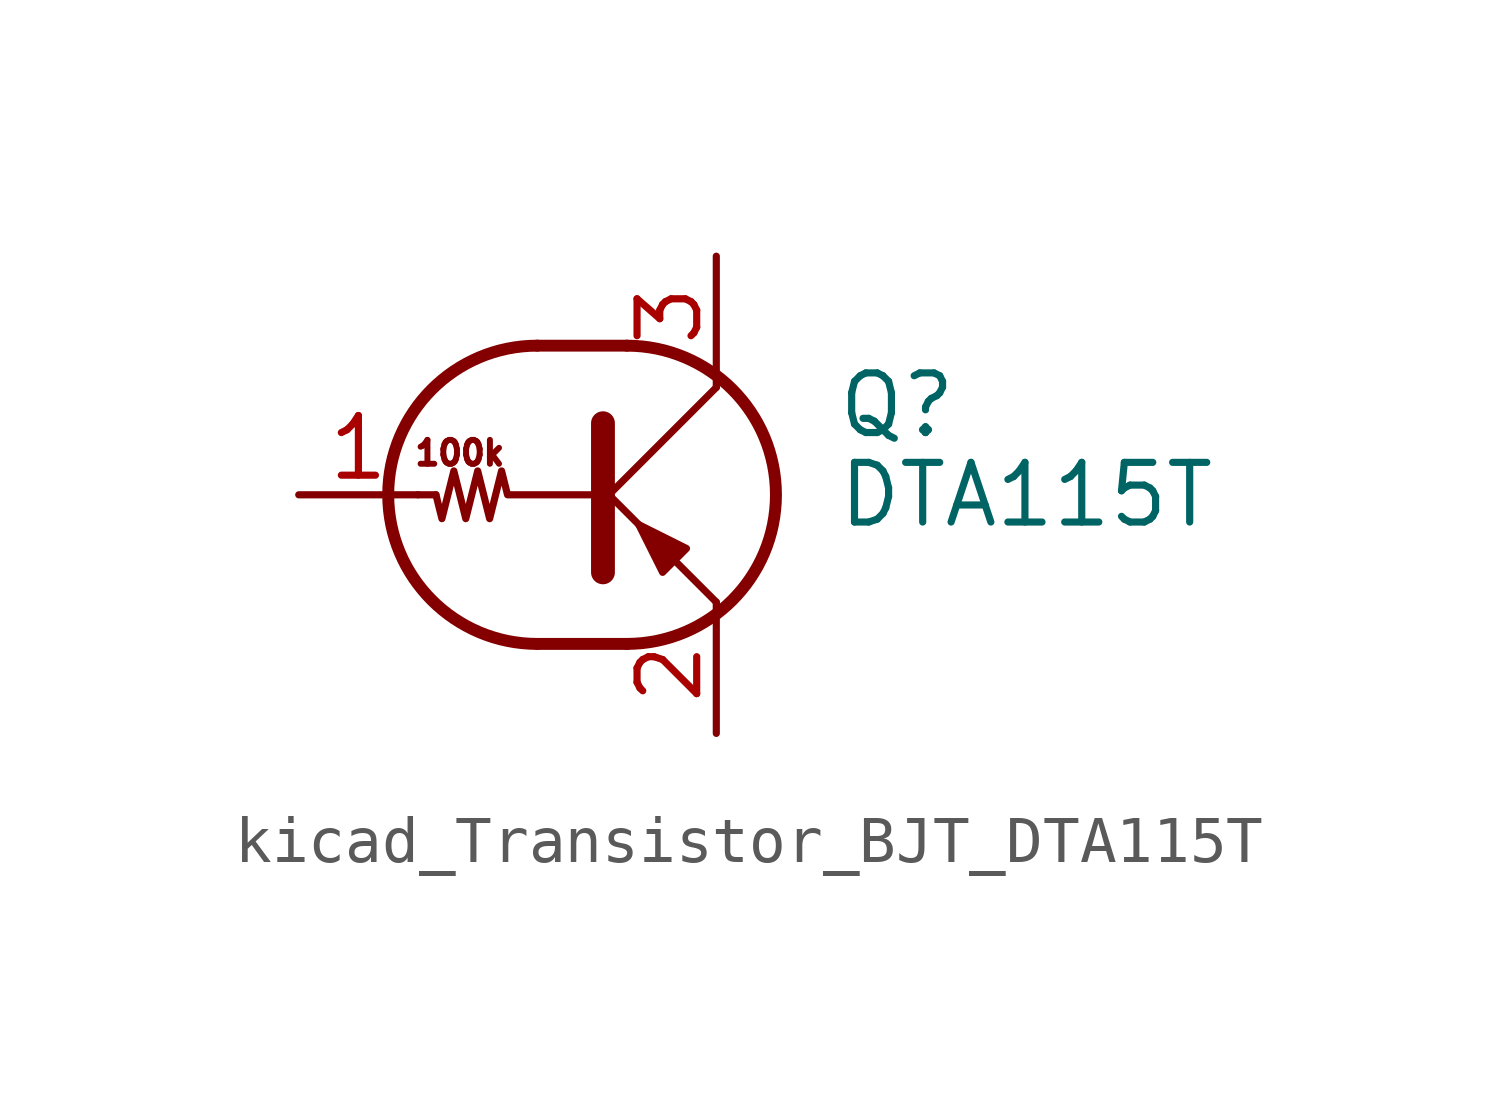
<source format=kicad_sym>
(kicad_symbol_lib
  (version 20220914)
  (generator kicad_symbol_editor)
  (symbol "kicad_Transistor_BJT_DTA115T"
    (pin_names
      (offset 0) hide)
    (property "Reference" "Q"
      (at 5.08 1.905 0)
      (effects (font (size 1.27 1.27)) (justify left)))
    (property "Value" "DTA115T"
      (at 5.08 0 0)
      (effects (font (size 1.27 1.27)) (justify left)))
    (symbol "kicad_Transistor_BJT_DTA115T_0_0"
      (polyline (pts (xy 2.54 -2.286) (xy 2.54 -2.54)) (stroke (width 0) (type default)) (fill (type none)))
      (text "100k" (at -2.921 0.889 0) (effects (font (size 0.508 0.508)))))
    (symbol "kicad_Transistor_BJT_DTA115T_0_1"
      (arc (start -1.27 3.175) (mid -4.4312 0) (end -1.27 -3.175) (stroke (width 0.254) (type default)) (fill (type none)))
      (polyline (pts (xy -3.429 0) (xy -3.81 0)) (stroke (width 0) (type default)) (fill (type none)))
      (polyline (pts (xy -1.27 -3.175) (xy 0.635 -3.175)) (stroke (width 0.254) (type default)) (fill (type none)))
      (polyline (pts (xy -1.27 3.175) (xy 0.635 3.175)) (stroke (width 0.254) (type default)) (fill (type none)))
      (polyline (pts (xy 0 -0.254) (xy 2.54 2.286)) (stroke (width 0) (type default)) (fill (type none)))
      (polyline (pts (xy 0.127 1.524) (xy 0.127 -1.651)) (stroke (width 0.508) (type default)) (fill (type outline)))
      (polyline (pts (xy 2.54 2.286) (xy 2.54 2.54)) (stroke (width 0) (type default)) (fill (type none)))
      (polyline (pts (xy 2.54 -2.286) (xy 0 0.254) (xy 0 0.254)) (stroke (width 0) (type default)) (fill (type none)))
      (polyline (pts (xy 1.397 -1.651) (xy 1.905 -1.143) (xy 0.889 -0.635) (xy 1.397 -1.651)) (stroke (width 0) (type default)) (fill (type outline)))
      (polyline (pts (xy 0 0) (xy -1.905 0) (xy -2.032 0.508) (xy -2.286 -0.508) (xy -2.54 0.508) (xy -2.794 -0.508) (xy -3.048 0.508) (xy -3.302 -0.508) (xy -3.429 0)) (stroke (width 0) (type default)) (fill (type none)))
      (arc (start 0.635 -3.175) (mid 3.7962 0) (end 0.635 3.175) (stroke (width 0.254) (type default)) (fill (type none))))
    (symbol "kicad_Transistor_BJT_DTA115T_1_1"
      (pin input line (at -6.35 0 0) (length 2.54) (name "B" (effects (font (size 1.27 1.27)))) (number "1" (effects (font (size 1.27 1.27)))))
      (pin passive line (at 2.54 -5.08 90) (length 2.54) (name "E" (effects (font (size 1.27 1.27)))) (number "2" (effects (font (size 1.27 1.27)))))
      (pin passive line (at 2.54 5.08 270) (length 2.54) (name "C" (effects (font (size 1.27 1.27)))) (number "3" (effects (font (size 1.27 1.27))))))))
</source>
